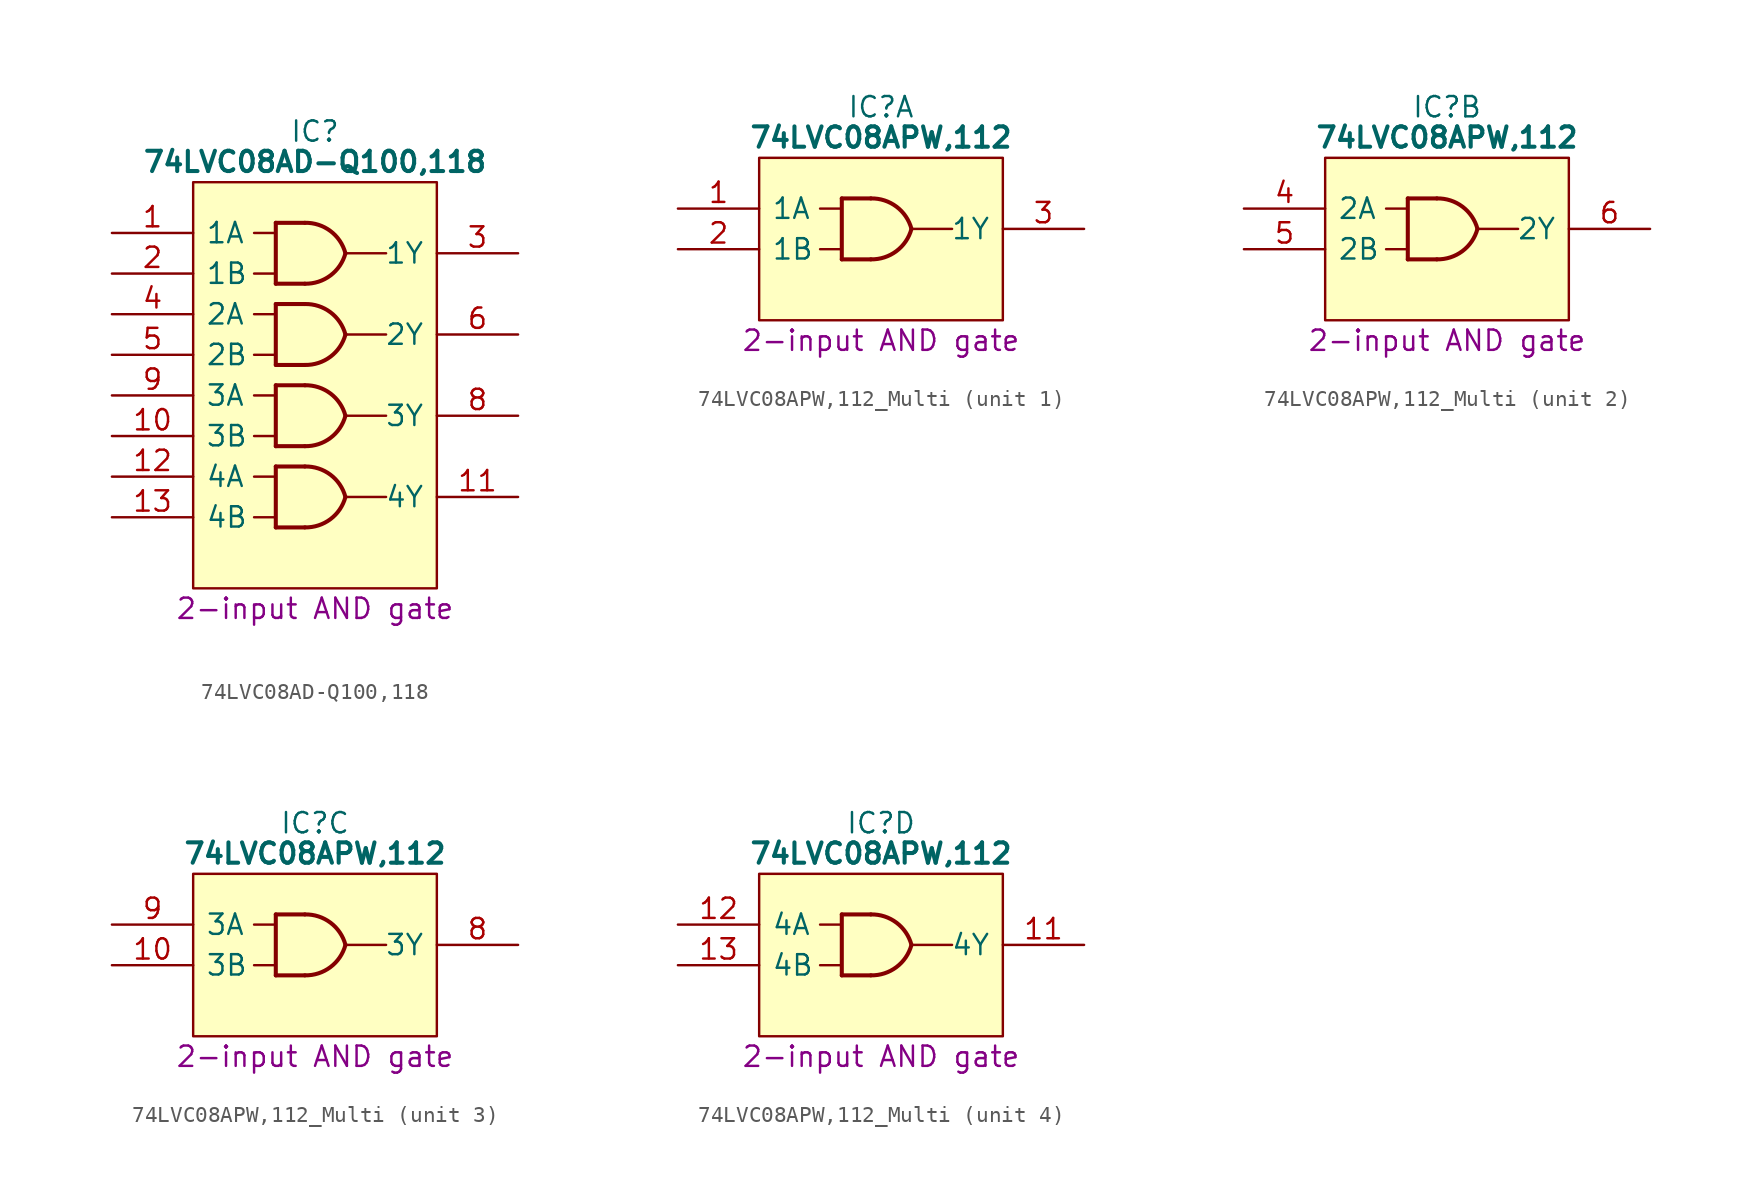
<source format=kicad_sym>
(kicad_symbol_lib
  (version 20231120)
  (generator "kicad_symbol_editor")
  (generator_version "8.0")
  (symbol "74LVC08AD-Q100,118"
    (pin_names
      (offset 0.762))
    (property "Reference" "IC"
      (at 12.7 6.35 0)
      (effects (font (size 1.27 1.27))))
    (property "Value" "74LVC08AD-Q100,118"
      (at 12.7 4.445 0)
      (effects (font (size 1.27 1.27) (bold yes))))
    (property "Description" "2-input AND gate"
      (at 12.7 -23.495 0)
      (effects (font (size 1.27 1.27))))
    (symbol "74LVC08AD-Q100,118_0_0"
      (pin input line (at 0 0 0) (length 5.08) (name "1A" (effects (font (size 1.27 1.27)))) (number "1" (effects (font (size 1.27 1.27)))))
      (pin input line (at 0 -12.7 0) (length 5.08) (name "3B" (effects (font (size 1.27 1.27)))) (number "10" (effects (font (size 1.27 1.27)))))
      (pin output line (at 25.4 -16.51 180) (length 5.08) (name "4Y" (effects (font (size 1.27 1.27)))) (number "11" (effects (font (size 1.27 1.27)))))
      (pin input line (at 0 -15.24 0) (length 5.08) (name "4A" (effects (font (size 1.27 1.27)))) (number "12" (effects (font (size 1.27 1.27)))))
      (pin input line (at 0 -17.78 0) (length 5.08) (name "4B" (effects (font (size 1.27 1.27)))) (number "13" (effects (font (size 1.27 1.27)))))
      (pin passive line (at 25.4 1.27 180) (length 5.08) hide (name "3V" (effects (font (size 1.27 1.27)))) (number "14" (effects (font (size 1.27 1.27)))))
      (pin input line (at 0 -2.54 0) (length 5.08) (name "1B" (effects (font (size 1.27 1.27)))) (number "2" (effects (font (size 1.27 1.27)))))
      (pin passive line (at 25.4 -1.27 180) (length 5.08) (name "1Y" (effects (font (size 1.27 1.27)))) (number "3" (effects (font (size 1.27 1.27)))))
      (pin input line (at 0 -5.08 0) (length 5.08) (name "2A" (effects (font (size 1.27 1.27)))) (number "4" (effects (font (size 1.27 1.27)))))
      (pin input line (at 0 -7.62 0) (length 5.08) (name "2B" (effects (font (size 1.27 1.27)))) (number "5" (effects (font (size 1.27 1.27)))))
      (pin output line (at 25.4 -6.35 180) (length 5.08) (name "2Y" (effects (font (size 1.27 1.27)))) (number "6" (effects (font (size 1.27 1.27)))))
      (pin passive line (at 0 -20.32 0) (length 5.08) hide (name "GND" (effects (font (size 1.27 1.27)))) (number "7" (effects (font (size 1.27 1.27)))))
      (pin output line (at 25.4 -11.43 180) (length 5.08) (name "3Y" (effects (font (size 1.27 1.27)))) (number "8" (effects (font (size 1.27 1.27)))))
      (pin input line (at 0 -10.16 0) (length 5.08) (name "3A" (effects (font (size 1.27 1.27)))) (number "9" (effects (font (size 1.27 1.27))))))
    (symbol "74LVC08AD-Q100,118_0_1"
      (polyline (pts (xy 8.89 -17.78) (xy 10.16 -17.78)) (stroke (width 0) (type default)) (fill (type none)))
      (polyline (pts (xy 8.89 -15.24) (xy 10.16 -15.24)) (stroke (width 0) (type default)) (fill (type none)))
      (polyline (pts (xy 8.89 -12.7) (xy 10.16 -12.7)) (stroke (width 0) (type default)) (fill (type none)))
      (polyline (pts (xy 8.89 -10.16) (xy 10.16 -10.16)) (stroke (width 0) (type default)) (fill (type none)))
      (polyline (pts (xy 8.89 -7.62) (xy 10.16 -7.62)) (stroke (width 0) (type default)) (fill (type none)))
      (polyline (pts (xy 8.89 -5.08) (xy 10.16 -5.08)) (stroke (width 0) (type default)) (fill (type none)))
      (polyline (pts (xy 8.89 -2.54) (xy 10.16 -2.54)) (stroke (width 0) (type default)) (fill (type none)))
      (polyline (pts (xy 8.89 0) (xy 10.16 0)) (stroke (width 0) (type default)) (fill (type none)))
      (polyline (pts (xy 10.248 -14.605) (xy 10.248 -18.415)) (stroke (width 0.254) (type default)) (fill (type background)))
      (polyline (pts (xy 10.248 -9.525) (xy 10.248 -13.335)) (stroke (width 0.254) (type default)) (fill (type background)))
      (polyline (pts (xy 10.248 -4.445) (xy 10.248 -8.255)) (stroke (width 0.254) (type default)) (fill (type background)))
      (polyline (pts (xy 10.248 0.635) (xy 10.248 -3.175)) (stroke (width 0.254) (type default)) (fill (type background)))
      (polyline (pts (xy 12.065 -18.415) (xy 10.248 -18.415)) (stroke (width 0.254) (type default)) (fill (type background)))
      (polyline (pts (xy 12.065 -14.605) (xy 10.248 -14.605)) (stroke (width 0.254) (type default)) (fill (type background)))
      (polyline (pts (xy 12.065 -13.335) (xy 10.248 -13.335)) (stroke (width 0.254) (type default)) (fill (type background)))
      (polyline (pts (xy 12.065 -9.525) (xy 10.248 -9.525)) (stroke (width 0.254) (type default)) (fill (type background)))
      (polyline (pts (xy 12.065 -8.255) (xy 10.248 -8.255)) (stroke (width 0.254) (type default)) (fill (type background)))
      (polyline (pts (xy 12.065 -4.445) (xy 10.248 -4.445)) (stroke (width 0.254) (type default)) (fill (type background)))
      (polyline (pts (xy 12.065 -3.175) (xy 10.248 -3.175)) (stroke (width 0.254) (type default)) (fill (type background)))
      (polyline (pts (xy 12.065 0.635) (xy 10.248 0.635)) (stroke (width 0.254) (type default)) (fill (type background)))
      (polyline (pts (xy 14.605 -16.51) (xy 17.145 -16.51)) (stroke (width 0) (type default)) (fill (type none)))
      (polyline (pts (xy 14.605 -11.43) (xy 17.145 -11.43)) (stroke (width 0) (type default)) (fill (type none)))
      (polyline (pts (xy 14.605 -6.35) (xy 17.145 -6.35)) (stroke (width 0) (type default)) (fill (type none)))
      (polyline (pts (xy 14.605 -1.27) (xy 17.145 -1.27)) (stroke (width 0) (type default)) (fill (type none)))
      (polyline (pts (xy 5.08 3.175) (xy 20.32 3.175) (xy 20.32 -22.225) (xy 5.08 -22.225) (xy 5.08 3.175)) (stroke (width 0.152) (type default)) (fill (type background)))
      (arc (start 12.065 -18.415) (mid 13.6634 -17.9004) (end 14.605 -16.51) (stroke (width 0.254) (type default)) (fill (type none)))
      (arc (start 12.065 -13.335) (mid 13.6634 -12.8204) (end 14.605 -11.43) (stroke (width 0.254) (type default)) (fill (type none)))
      (arc (start 12.065 -8.255) (mid 13.6634 -7.7404) (end 14.605 -6.35) (stroke (width 0.254) (type default)) (fill (type none)))
      (arc (start 12.065 -3.175) (mid 13.6634 -2.6604) (end 14.605 -1.27) (stroke (width 0.254) (type default)) (fill (type none)))
      (arc (start 14.605 -16.51) (mid 13.6646 -15.118) (end 12.065 -14.605) (stroke (width 0.254) (type default)) (fill (type none)))
      (arc (start 14.605 -11.43) (mid 13.6646 -10.038) (end 12.065 -9.525) (stroke (width 0.254) (type default)) (fill (type none)))
      (arc (start 14.605 -6.35) (mid 13.6646 -4.958) (end 12.065 -4.445) (stroke (width 0.254) (type default)) (fill (type none)))
      (arc (start 14.605 -1.27) (mid 13.6646 0.122) (end 12.065 0.635) (stroke (width 0.254) (type default)) (fill (type none)))))
  (symbol "74LVC08APW,112_Multi"
    (pin_names
      (offset 0.762))
    (property "Reference" "IC"
      (at 12.7 6.35 0)
      (effects (font (size 1.27 1.27))))
    (property "Value" "74LVC08APW,112"
      (at 12.7 4.445 0)
      (effects (font (size 1.27 1.27) (bold yes))))
    (property "Description" "2-input AND gate"
      (at 12.7 -8.255 0)
      (effects (font (size 1.27 1.27))))
    (symbol "74LVC08APW,112_Multi_0_0"
      (pin passive line (at 25.4 1.27 180) (length 5.08) hide (name "3V" (effects (font (size 1.27 1.27)))) (number "14" (effects (font (size 1.27 1.27)))))
      (pin passive line (at 0 -5.08 0) (length 5.08) hide (name "GND" (effects (font (size 1.27 1.27)))) (number "7" (effects (font (size 1.27 1.27))))))
    (symbol "74LVC08APW,112_Multi_0_1"
      (polyline (pts (xy 8.89 -2.54) (xy 10.16 -2.54)) (stroke (width 0) (type default)) (fill (type none)))
      (polyline (pts (xy 8.89 0) (xy 10.16 0)) (stroke (width 0) (type default)) (fill (type none)))
      (polyline (pts (xy 10.248 0.635) (xy 10.248 -3.175)) (stroke (width 0.254) (type default)) (fill (type background)))
      (polyline (pts (xy 12.065 -3.175) (xy 10.248 -3.175)) (stroke (width 0.254) (type default)) (fill (type background)))
      (polyline (pts (xy 12.065 0.635) (xy 10.248 0.635)) (stroke (width 0.254) (type default)) (fill (type background)))
      (polyline (pts (xy 14.605 -1.27) (xy 17.145 -1.27)) (stroke (width 0) (type default)) (fill (type none)))
      (polyline (pts (xy 5.08 3.175) (xy 20.32 3.175) (xy 20.32 -6.985) (xy 5.08 -6.985) (xy 5.08 3.175)) (stroke (width 0.152) (type default)) (fill (type background)))
      (arc (start 12.065 -3.175) (mid 13.6634 -2.6604) (end 14.605 -1.27) (stroke (width 0.254) (type default)) (fill (type none)))
      (arc (start 14.605 -1.27) (mid 13.6646 0.122) (end 12.065 0.635) (stroke (width 0.254) (type default)) (fill (type none))))
    (symbol "74LVC08APW,112_Multi_1_0"
      (pin input line (at 0 0 0) (length 5.08) (name "1A" (effects (font (size 1.27 1.27)))) (number "1" (effects (font (size 1.27 1.27)))))
      (pin input line (at 0 -2.54 0) (length 5.08) (name "1B" (effects (font (size 1.27 1.27)))) (number "2" (effects (font (size 1.27 1.27)))))
      (pin passive line (at 25.4 -1.27 180) (length 5.08) (name "1Y" (effects (font (size 1.27 1.27)))) (number "3" (effects (font (size 1.27 1.27))))))
    (symbol "74LVC08APW,112_Multi_2_0"
      (pin input line (at 0 0 0) (length 5.08) (name "2A" (effects (font (size 1.27 1.27)))) (number "4" (effects (font (size 1.27 1.27)))))
      (pin input line (at 0 -2.54 0) (length 5.08) (name "2B" (effects (font (size 1.27 1.27)))) (number "5" (effects (font (size 1.27 1.27)))))
      (pin output line (at 25.4 -1.27 180) (length 5.08) (name "2Y" (effects (font (size 1.27 1.27)))) (number "6" (effects (font (size 1.27 1.27))))))
    (symbol "74LVC08APW,112_Multi_3_0"
      (pin input line (at 0 -2.54 0) (length 5.08) (name "3B" (effects (font (size 1.27 1.27)))) (number "10" (effects (font (size 1.27 1.27)))))
      (pin output line (at 25.4 -1.27 180) (length 5.08) (name "3Y" (effects (font (size 1.27 1.27)))) (number "8" (effects (font (size 1.27 1.27)))))
      (pin input line (at 0 0 0) (length 5.08) (name "3A" (effects (font (size 1.27 1.27)))) (number "9" (effects (font (size 1.27 1.27))))))
    (symbol "74LVC08APW,112_Multi_4_0"
      (pin output line (at 25.4 -1.27 180) (length 5.08) (name "4Y" (effects (font (size 1.27 1.27)))) (number "11" (effects (font (size 1.27 1.27)))))
      (pin input line (at 0 0 0) (length 5.08) (name "4A" (effects (font (size 1.27 1.27)))) (number "12" (effects (font (size 1.27 1.27)))))
      (pin input line (at 0 -2.54 0) (length 5.08) (name "4B" (effects (font (size 1.27 1.27)))) (number "13" (effects (font (size 1.27 1.27))))))))
</source>
